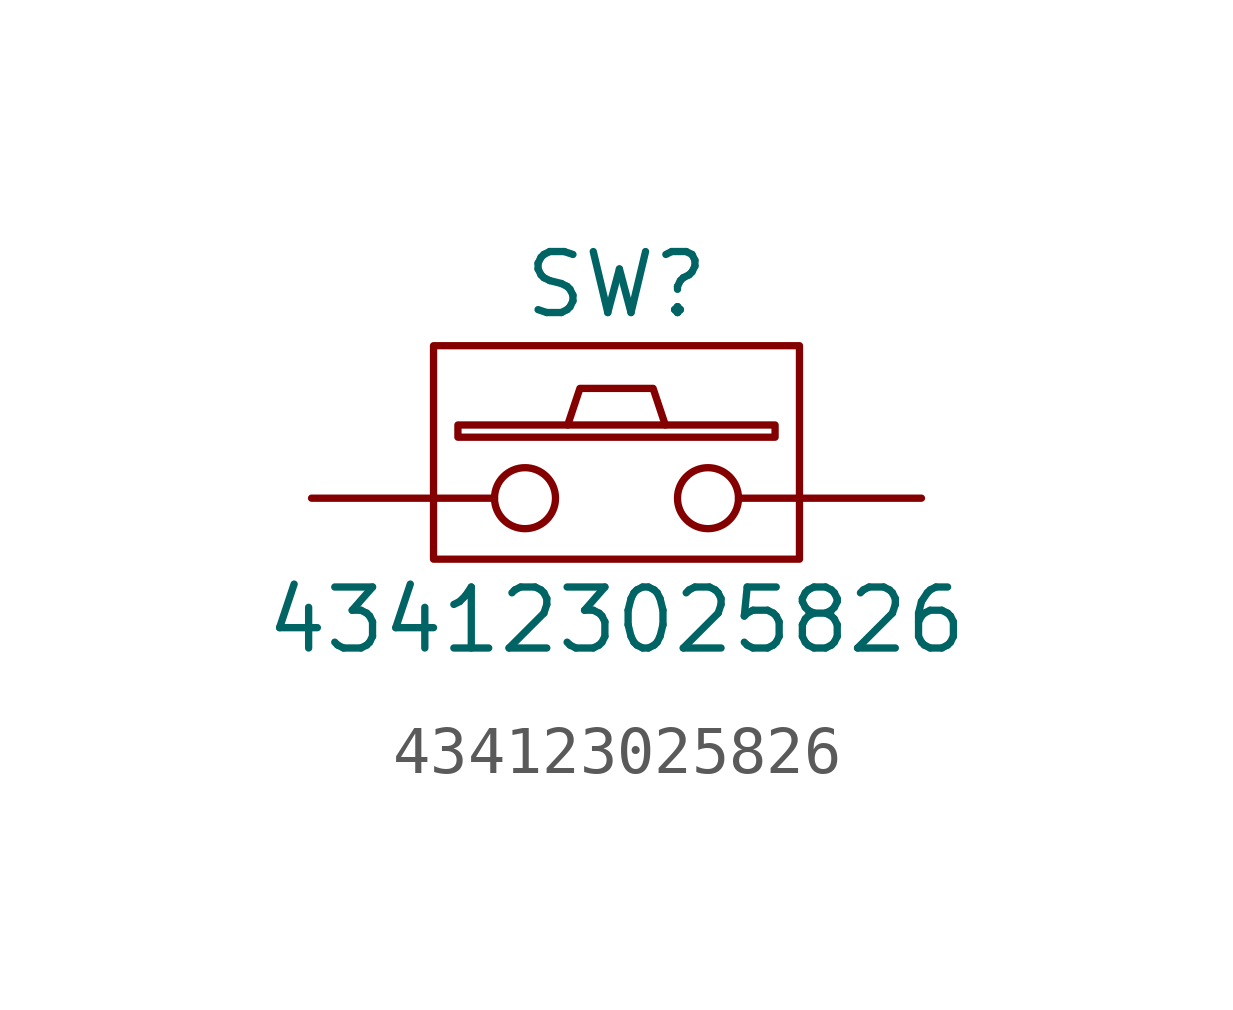
<source format=kicad_sym>
(kicad_symbol_lib
  (version 20211014)
  (generator kicad_symbol_editor)
  (symbol "434123025826"
    (pin_numbers hide)
    (pin_names
      (offset 1.016) hide)
    (property "Reference" "SW"
      (at 0 4.445 0)
      (effects (font (size 1.27 1.27))))
    (property "Value" "434123025826"
      (at 0 -2.54 0)
      (effects (font (size 1.27 1.27))))
    (symbol "434123025826_0_1"
      (rectangle (start -3.81 3.175) (end 3.81 -1.27) (stroke (width 0) (type default) (color 0 0 0 0)) (fill (type none)))
      (rectangle (start -3.302 1.27) (end 3.302 1.524) (stroke (width 0) (type default) (color 0 0 0 0)) (fill (type none)))
      (circle (center -1.905 0) (radius 0.635) (stroke (width 0) (type default) (color 0 0 0 0)) (fill (type none)))
      (polyline (pts (xy -2.54 0) (xy -3.81 0)) (stroke (width 0) (type default) (color 0 0 0 0)) (fill (type none)))
      (polyline (pts (xy 2.54 0) (xy 3.81 0)) (stroke (width 0) (type default) (color 0 0 0 0)) (fill (type none)))
      (polyline (pts (xy -1.016 1.524) (xy -0.762 2.286) (xy 0.762 2.286) (xy 1.016 1.524)) (stroke (width 0) (type default) (color 0 0 0 0)) (fill (type none)))
      (circle (center 1.905 0) (radius 0.635) (stroke (width 0) (type default) (color 0 0 0 0)) (fill (type none)))
      (pin passive line (at -6.35 0 0) (length 2.54) (name "1" (effects (font (size 1.27 1.27)))) (number "1" (effects (font (size 1.27 1.27)))))
      (pin passive line (at -6.35 0 0) (length 2.54) hide (name "2" (effects (font (size 1.27 1.27)))) (number "2" (effects (font (size 1.27 1.27))))))
    (symbol "434123025826_1_1"
      (pin passive line (at 6.35 0 180) (length 2.54) (name "3" (effects (font (size 1.27 1.27)))) (number "3" (effects (font (size 1.27 1.27)))))
      (pin passive line (at 6.35 0 180) (length 2.54) hide (name "4" (effects (font (size 1.27 1.27)))) (number "4" (effects (font (size 1.27 1.27))))))))
</source>
